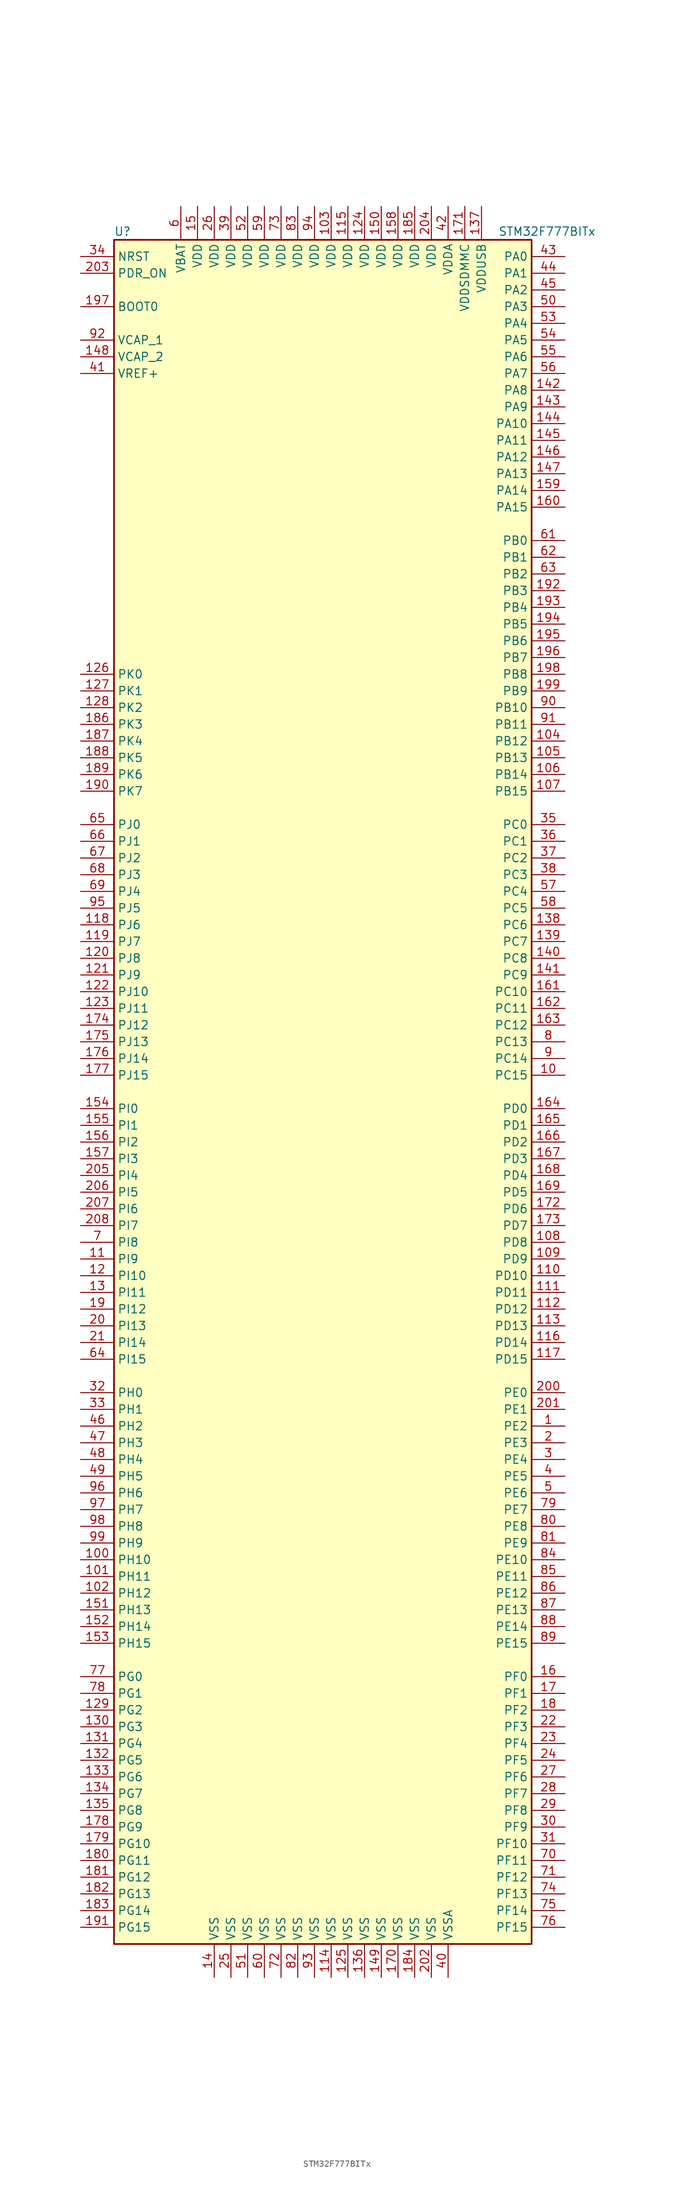
<source format=kicad_sym>
(kicad_symbol_lib
  (version 20220914)
  (generator kicad_symbol_editor)
  (symbol "STM32F777BITx"
    (property "Reference" "U"
      (at -33.02 130.81 0)
      (effects (font (size 1.27 1.27)) (justify left)))
    (property "Value" "STM32F777BITx"
      (at 25.4 130.81 0)
      (effects (font (size 1.27 1.27)) (justify left)))
    (symbol "STM32F777BITx_0_1"
      (rectangle (start -33.02 -129.54) (end 30.48 129.54) (stroke (width 0.254) (type default)) (fill (type background))))
    (symbol "STM32F777BITx_1_1"
      (pin bidirectional line (at 35.56 -50.8 180) (length 5.08) (name "PE2" (effects (font (size 1.27 1.27)))) (number "1" (effects (font (size 1.27 1.27)))))
      (pin bidirectional line (at 35.56 2.54 180) (length 5.08) (name "PC15" (effects (font (size 1.27 1.27)))) (number "10" (effects (font (size 1.27 1.27)))))
      (pin bidirectional line (at -38.1 -71.12 0) (length 5.08) (name "PH10" (effects (font (size 1.27 1.27)))) (number "100" (effects (font (size 1.27 1.27)))))
      (pin bidirectional line (at -38.1 -73.66 0) (length 5.08) (name "PH11" (effects (font (size 1.27 1.27)))) (number "101" (effects (font (size 1.27 1.27)))))
      (pin bidirectional line (at -38.1 -76.2 0) (length 5.08) (name "PH12" (effects (font (size 1.27 1.27)))) (number "102" (effects (font (size 1.27 1.27)))))
      (pin power_in line (at 0 134.62 270) (length 5.08) (name "VDD" (effects (font (size 1.27 1.27)))) (number "103" (effects (font (size 1.27 1.27)))))
      (pin bidirectional line (at 35.56 53.34 180) (length 5.08) (name "PB12" (effects (font (size 1.27 1.27)))) (number "104" (effects (font (size 1.27 1.27)))))
      (pin bidirectional line (at 35.56 50.8 180) (length 5.08) (name "PB13" (effects (font (size 1.27 1.27)))) (number "105" (effects (font (size 1.27 1.27)))))
      (pin bidirectional line (at 35.56 48.26 180) (length 5.08) (name "PB14" (effects (font (size 1.27 1.27)))) (number "106" (effects (font (size 1.27 1.27)))))
      (pin bidirectional line (at 35.56 45.72 180) (length 5.08) (name "PB15" (effects (font (size 1.27 1.27)))) (number "107" (effects (font (size 1.27 1.27)))))
      (pin bidirectional line (at 35.56 -22.86 180) (length 5.08) (name "PD8" (effects (font (size 1.27 1.27)))) (number "108" (effects (font (size 1.27 1.27)))))
      (pin bidirectional line (at 35.56 -25.4 180) (length 5.08) (name "PD9" (effects (font (size 1.27 1.27)))) (number "109" (effects (font (size 1.27 1.27)))))
      (pin bidirectional line (at -38.1 -25.4 0) (length 5.08) (name "PI9" (effects (font (size 1.27 1.27)))) (number "11" (effects (font (size 1.27 1.27)))))
      (pin bidirectional line (at 35.56 -27.94 180) (length 5.08) (name "PD10" (effects (font (size 1.27 1.27)))) (number "110" (effects (font (size 1.27 1.27)))))
      (pin bidirectional line (at 35.56 -30.48 180) (length 5.08) (name "PD11" (effects (font (size 1.27 1.27)))) (number "111" (effects (font (size 1.27 1.27)))))
      (pin bidirectional line (at 35.56 -33.02 180) (length 5.08) (name "PD12" (effects (font (size 1.27 1.27)))) (number "112" (effects (font (size 1.27 1.27)))))
      (pin bidirectional line (at 35.56 -35.56 180) (length 5.08) (name "PD13" (effects (font (size 1.27 1.27)))) (number "113" (effects (font (size 1.27 1.27)))))
      (pin power_in line (at 0 -134.62 90) (length 5.08) (name "VSS" (effects (font (size 1.27 1.27)))) (number "114" (effects (font (size 1.27 1.27)))))
      (pin power_in line (at 2.54 134.62 270) (length 5.08) (name "VDD" (effects (font (size 1.27 1.27)))) (number "115" (effects (font (size 1.27 1.27)))))
      (pin bidirectional line (at 35.56 -38.1 180) (length 5.08) (name "PD14" (effects (font (size 1.27 1.27)))) (number "116" (effects (font (size 1.27 1.27)))))
      (pin bidirectional line (at 35.56 -40.64 180) (length 5.08) (name "PD15" (effects (font (size 1.27 1.27)))) (number "117" (effects (font (size 1.27 1.27)))))
      (pin bidirectional line (at -38.1 25.4 0) (length 5.08) (name "PJ6" (effects (font (size 1.27 1.27)))) (number "118" (effects (font (size 1.27 1.27)))))
      (pin bidirectional line (at -38.1 22.86 0) (length 5.08) (name "PJ7" (effects (font (size 1.27 1.27)))) (number "119" (effects (font (size 1.27 1.27)))))
      (pin bidirectional line (at -38.1 -27.94 0) (length 5.08) (name "PI10" (effects (font (size 1.27 1.27)))) (number "12" (effects (font (size 1.27 1.27)))))
      (pin bidirectional line (at -38.1 20.32 0) (length 5.08) (name "PJ8" (effects (font (size 1.27 1.27)))) (number "120" (effects (font (size 1.27 1.27)))))
      (pin bidirectional line (at -38.1 17.78 0) (length 5.08) (name "PJ9" (effects (font (size 1.27 1.27)))) (number "121" (effects (font (size 1.27 1.27)))))
      (pin bidirectional line (at -38.1 15.24 0) (length 5.08) (name "PJ10" (effects (font (size 1.27 1.27)))) (number "122" (effects (font (size 1.27 1.27)))))
      (pin bidirectional line (at -38.1 12.7 0) (length 5.08) (name "PJ11" (effects (font (size 1.27 1.27)))) (number "123" (effects (font (size 1.27 1.27)))))
      (pin power_in line (at 5.08 134.62 270) (length 5.08) (name "VDD" (effects (font (size 1.27 1.27)))) (number "124" (effects (font (size 1.27 1.27)))))
      (pin power_in line (at 2.54 -134.62 90) (length 5.08) (name "VSS" (effects (font (size 1.27 1.27)))) (number "125" (effects (font (size 1.27 1.27)))))
      (pin bidirectional line (at -38.1 63.5 0) (length 5.08) (name "PK0" (effects (font (size 1.27 1.27)))) (number "126" (effects (font (size 1.27 1.27)))))
      (pin bidirectional line (at -38.1 60.96 0) (length 5.08) (name "PK1" (effects (font (size 1.27 1.27)))) (number "127" (effects (font (size 1.27 1.27)))))
      (pin bidirectional line (at -38.1 58.42 0) (length 5.08) (name "PK2" (effects (font (size 1.27 1.27)))) (number "128" (effects (font (size 1.27 1.27)))))
      (pin bidirectional line (at -38.1 -93.98 0) (length 5.08) (name "PG2" (effects (font (size 1.27 1.27)))) (number "129" (effects (font (size 1.27 1.27)))))
      (pin bidirectional line (at -38.1 -30.48 0) (length 5.08) (name "PI11" (effects (font (size 1.27 1.27)))) (number "13" (effects (font (size 1.27 1.27)))))
      (pin bidirectional line (at -38.1 -96.52 0) (length 5.08) (name "PG3" (effects (font (size 1.27 1.27)))) (number "130" (effects (font (size 1.27 1.27)))))
      (pin bidirectional line (at -38.1 -99.06 0) (length 5.08) (name "PG4" (effects (font (size 1.27 1.27)))) (number "131" (effects (font (size 1.27 1.27)))))
      (pin bidirectional line (at -38.1 -101.6 0) (length 5.08) (name "PG5" (effects (font (size 1.27 1.27)))) (number "132" (effects (font (size 1.27 1.27)))))
      (pin bidirectional line (at -38.1 -104.14 0) (length 5.08) (name "PG6" (effects (font (size 1.27 1.27)))) (number "133" (effects (font (size 1.27 1.27)))))
      (pin bidirectional line (at -38.1 -106.68 0) (length 5.08) (name "PG7" (effects (font (size 1.27 1.27)))) (number "134" (effects (font (size 1.27 1.27)))))
      (pin bidirectional line (at -38.1 -109.22 0) (length 5.08) (name "PG8" (effects (font (size 1.27 1.27)))) (number "135" (effects (font (size 1.27 1.27)))))
      (pin power_in line (at 5.08 -134.62 90) (length 5.08) (name "VSS" (effects (font (size 1.27 1.27)))) (number "136" (effects (font (size 1.27 1.27)))))
      (pin power_in line (at 22.86 134.62 270) (length 5.08) (name "VDDUSB" (effects (font (size 1.27 1.27)))) (number "137" (effects (font (size 1.27 1.27)))))
      (pin bidirectional line (at 35.56 25.4 180) (length 5.08) (name "PC6" (effects (font (size 1.27 1.27)))) (number "138" (effects (font (size 1.27 1.27)))))
      (pin bidirectional line (at 35.56 22.86 180) (length 5.08) (name "PC7" (effects (font (size 1.27 1.27)))) (number "139" (effects (font (size 1.27 1.27)))))
      (pin power_in line (at -17.78 -134.62 90) (length 5.08) (name "VSS" (effects (font (size 1.27 1.27)))) (number "14" (effects (font (size 1.27 1.27)))))
      (pin bidirectional line (at 35.56 20.32 180) (length 5.08) (name "PC8" (effects (font (size 1.27 1.27)))) (number "140" (effects (font (size 1.27 1.27)))))
      (pin bidirectional line (at 35.56 17.78 180) (length 5.08) (name "PC9" (effects (font (size 1.27 1.27)))) (number "141" (effects (font (size 1.27 1.27)))))
      (pin bidirectional line (at 35.56 106.68 180) (length 5.08) (name "PA8" (effects (font (size 1.27 1.27)))) (number "142" (effects (font (size 1.27 1.27)))))
      (pin bidirectional line (at 35.56 104.14 180) (length 5.08) (name "PA9" (effects (font (size 1.27 1.27)))) (number "143" (effects (font (size 1.27 1.27)))))
      (pin bidirectional line (at 35.56 101.6 180) (length 5.08) (name "PA10" (effects (font (size 1.27 1.27)))) (number "144" (effects (font (size 1.27 1.27)))))
      (pin bidirectional line (at 35.56 99.06 180) (length 5.08) (name "PA11" (effects (font (size 1.27 1.27)))) (number "145" (effects (font (size 1.27 1.27)))))
      (pin bidirectional line (at 35.56 96.52 180) (length 5.08) (name "PA12" (effects (font (size 1.27 1.27)))) (number "146" (effects (font (size 1.27 1.27)))))
      (pin bidirectional line (at 35.56 93.98 180) (length 5.08) (name "PA13" (effects (font (size 1.27 1.27)))) (number "147" (effects (font (size 1.27 1.27)))))
      (pin power_in line (at -38.1 111.76 0) (length 5.08) (name "VCAP_2" (effects (font (size 1.27 1.27)))) (number "148" (effects (font (size 1.27 1.27)))))
      (pin power_in line (at 7.62 -134.62 90) (length 5.08) (name "VSS" (effects (font (size 1.27 1.27)))) (number "149" (effects (font (size 1.27 1.27)))))
      (pin power_in line (at -20.32 134.62 270) (length 5.08) (name "VDD" (effects (font (size 1.27 1.27)))) (number "15" (effects (font (size 1.27 1.27)))))
      (pin power_in line (at 7.62 134.62 270) (length 5.08) (name "VDD" (effects (font (size 1.27 1.27)))) (number "150" (effects (font (size 1.27 1.27)))))
      (pin bidirectional line (at -38.1 -78.74 0) (length 5.08) (name "PH13" (effects (font (size 1.27 1.27)))) (number "151" (effects (font (size 1.27 1.27)))))
      (pin bidirectional line (at -38.1 -81.28 0) (length 5.08) (name "PH14" (effects (font (size 1.27 1.27)))) (number "152" (effects (font (size 1.27 1.27)))))
      (pin bidirectional line (at -38.1 -83.82 0) (length 5.08) (name "PH15" (effects (font (size 1.27 1.27)))) (number "153" (effects (font (size 1.27 1.27)))))
      (pin bidirectional line (at -38.1 -2.54 0) (length 5.08) (name "PI0" (effects (font (size 1.27 1.27)))) (number "154" (effects (font (size 1.27 1.27)))))
      (pin bidirectional line (at -38.1 -5.08 0) (length 5.08) (name "PI1" (effects (font (size 1.27 1.27)))) (number "155" (effects (font (size 1.27 1.27)))))
      (pin bidirectional line (at -38.1 -7.62 0) (length 5.08) (name "PI2" (effects (font (size 1.27 1.27)))) (number "156" (effects (font (size 1.27 1.27)))))
      (pin bidirectional line (at -38.1 -10.16 0) (length 5.08) (name "PI3" (effects (font (size 1.27 1.27)))) (number "157" (effects (font (size 1.27 1.27)))))
      (pin power_in line (at 10.16 134.62 270) (length 5.08) (name "VDD" (effects (font (size 1.27 1.27)))) (number "158" (effects (font (size 1.27 1.27)))))
      (pin bidirectional line (at 35.56 91.44 180) (length 5.08) (name "PA14" (effects (font (size 1.27 1.27)))) (number "159" (effects (font (size 1.27 1.27)))))
      (pin bidirectional line (at 35.56 -88.9 180) (length 5.08) (name "PF0" (effects (font (size 1.27 1.27)))) (number "16" (effects (font (size 1.27 1.27)))))
      (pin bidirectional line (at 35.56 88.9 180) (length 5.08) (name "PA15" (effects (font (size 1.27 1.27)))) (number "160" (effects (font (size 1.27 1.27)))))
      (pin bidirectional line (at 35.56 15.24 180) (length 5.08) (name "PC10" (effects (font (size 1.27 1.27)))) (number "161" (effects (font (size 1.27 1.27)))))
      (pin bidirectional line (at 35.56 12.7 180) (length 5.08) (name "PC11" (effects (font (size 1.27 1.27)))) (number "162" (effects (font (size 1.27 1.27)))))
      (pin bidirectional line (at 35.56 10.16 180) (length 5.08) (name "PC12" (effects (font (size 1.27 1.27)))) (number "163" (effects (font (size 1.27 1.27)))))
      (pin bidirectional line (at 35.56 -2.54 180) (length 5.08) (name "PD0" (effects (font (size 1.27 1.27)))) (number "164" (effects (font (size 1.27 1.27)))))
      (pin bidirectional line (at 35.56 -5.08 180) (length 5.08) (name "PD1" (effects (font (size 1.27 1.27)))) (number "165" (effects (font (size 1.27 1.27)))))
      (pin bidirectional line (at 35.56 -7.62 180) (length 5.08) (name "PD2" (effects (font (size 1.27 1.27)))) (number "166" (effects (font (size 1.27 1.27)))))
      (pin bidirectional line (at 35.56 -10.16 180) (length 5.08) (name "PD3" (effects (font (size 1.27 1.27)))) (number "167" (effects (font (size 1.27 1.27)))))
      (pin bidirectional line (at 35.56 -12.7 180) (length 5.08) (name "PD4" (effects (font (size 1.27 1.27)))) (number "168" (effects (font (size 1.27 1.27)))))
      (pin bidirectional line (at 35.56 -15.24 180) (length 5.08) (name "PD5" (effects (font (size 1.27 1.27)))) (number "169" (effects (font (size 1.27 1.27)))))
      (pin bidirectional line (at 35.56 -91.44 180) (length 5.08) (name "PF1" (effects (font (size 1.27 1.27)))) (number "17" (effects (font (size 1.27 1.27)))))
      (pin power_in line (at 10.16 -134.62 90) (length 5.08) (name "VSS" (effects (font (size 1.27 1.27)))) (number "170" (effects (font (size 1.27 1.27)))))
      (pin power_in line (at 20.32 134.62 270) (length 5.08) (name "VDDSDMMC" (effects (font (size 1.27 1.27)))) (number "171" (effects (font (size 1.27 1.27)))))
      (pin bidirectional line (at 35.56 -17.78 180) (length 5.08) (name "PD6" (effects (font (size 1.27 1.27)))) (number "172" (effects (font (size 1.27 1.27)))))
      (pin bidirectional line (at 35.56 -20.32 180) (length 5.08) (name "PD7" (effects (font (size 1.27 1.27)))) (number "173" (effects (font (size 1.27 1.27)))))
      (pin bidirectional line (at -38.1 10.16 0) (length 5.08) (name "PJ12" (effects (font (size 1.27 1.27)))) (number "174" (effects (font (size 1.27 1.27)))))
      (pin bidirectional line (at -38.1 7.62 0) (length 5.08) (name "PJ13" (effects (font (size 1.27 1.27)))) (number "175" (effects (font (size 1.27 1.27)))))
      (pin bidirectional line (at -38.1 5.08 0) (length 5.08) (name "PJ14" (effects (font (size 1.27 1.27)))) (number "176" (effects (font (size 1.27 1.27)))))
      (pin bidirectional line (at -38.1 2.54 0) (length 5.08) (name "PJ15" (effects (font (size 1.27 1.27)))) (number "177" (effects (font (size 1.27 1.27)))))
      (pin bidirectional line (at -38.1 -111.76 0) (length 5.08) (name "PG9" (effects (font (size 1.27 1.27)))) (number "178" (effects (font (size 1.27 1.27)))))
      (pin bidirectional line (at -38.1 -114.3 0) (length 5.08) (name "PG10" (effects (font (size 1.27 1.27)))) (number "179" (effects (font (size 1.27 1.27)))))
      (pin bidirectional line (at 35.56 -93.98 180) (length 5.08) (name "PF2" (effects (font (size 1.27 1.27)))) (number "18" (effects (font (size 1.27 1.27)))))
      (pin bidirectional line (at -38.1 -116.84 0) (length 5.08) (name "PG11" (effects (font (size 1.27 1.27)))) (number "180" (effects (font (size 1.27 1.27)))))
      (pin bidirectional line (at -38.1 -119.38 0) (length 5.08) (name "PG12" (effects (font (size 1.27 1.27)))) (number "181" (effects (font (size 1.27 1.27)))))
      (pin bidirectional line (at -38.1 -121.92 0) (length 5.08) (name "PG13" (effects (font (size 1.27 1.27)))) (number "182" (effects (font (size 1.27 1.27)))))
      (pin bidirectional line (at -38.1 -124.46 0) (length 5.08) (name "PG14" (effects (font (size 1.27 1.27)))) (number "183" (effects (font (size 1.27 1.27)))))
      (pin power_in line (at 12.7 -134.62 90) (length 5.08) (name "VSS" (effects (font (size 1.27 1.27)))) (number "184" (effects (font (size 1.27 1.27)))))
      (pin power_in line (at 12.7 134.62 270) (length 5.08) (name "VDD" (effects (font (size 1.27 1.27)))) (number "185" (effects (font (size 1.27 1.27)))))
      (pin bidirectional line (at -38.1 55.88 0) (length 5.08) (name "PK3" (effects (font (size 1.27 1.27)))) (number "186" (effects (font (size 1.27 1.27)))))
      (pin bidirectional line (at -38.1 53.34 0) (length 5.08) (name "PK4" (effects (font (size 1.27 1.27)))) (number "187" (effects (font (size 1.27 1.27)))))
      (pin bidirectional line (at -38.1 50.8 0) (length 5.08) (name "PK5" (effects (font (size 1.27 1.27)))) (number "188" (effects (font (size 1.27 1.27)))))
      (pin bidirectional line (at -38.1 48.26 0) (length 5.08) (name "PK6" (effects (font (size 1.27 1.27)))) (number "189" (effects (font (size 1.27 1.27)))))
      (pin bidirectional line (at -38.1 -33.02 0) (length 5.08) (name "PI12" (effects (font (size 1.27 1.27)))) (number "19" (effects (font (size 1.27 1.27)))))
      (pin bidirectional line (at -38.1 45.72 0) (length 5.08) (name "PK7" (effects (font (size 1.27 1.27)))) (number "190" (effects (font (size 1.27 1.27)))))
      (pin bidirectional line (at -38.1 -127 0) (length 5.08) (name "PG15" (effects (font (size 1.27 1.27)))) (number "191" (effects (font (size 1.27 1.27)))))
      (pin bidirectional line (at 35.56 76.2 180) (length 5.08) (name "PB3" (effects (font (size 1.27 1.27)))) (number "192" (effects (font (size 1.27 1.27)))))
      (pin bidirectional line (at 35.56 73.66 180) (length 5.08) (name "PB4" (effects (font (size 1.27 1.27)))) (number "193" (effects (font (size 1.27 1.27)))))
      (pin bidirectional line (at 35.56 71.12 180) (length 5.08) (name "PB5" (effects (font (size 1.27 1.27)))) (number "194" (effects (font (size 1.27 1.27)))))
      (pin bidirectional line (at 35.56 68.58 180) (length 5.08) (name "PB6" (effects (font (size 1.27 1.27)))) (number "195" (effects (font (size 1.27 1.27)))))
      (pin bidirectional line (at 35.56 66.04 180) (length 5.08) (name "PB7" (effects (font (size 1.27 1.27)))) (number "196" (effects (font (size 1.27 1.27)))))
      (pin input line (at -38.1 119.38 0) (length 5.08) (name "BOOT0" (effects (font (size 1.27 1.27)))) (number "197" (effects (font (size 1.27 1.27)))))
      (pin bidirectional line (at 35.56 63.5 180) (length 5.08) (name "PB8" (effects (font (size 1.27 1.27)))) (number "198" (effects (font (size 1.27 1.27)))))
      (pin bidirectional line (at 35.56 60.96 180) (length 5.08) (name "PB9" (effects (font (size 1.27 1.27)))) (number "199" (effects (font (size 1.27 1.27)))))
      (pin bidirectional line (at 35.56 -53.34 180) (length 5.08) (name "PE3" (effects (font (size 1.27 1.27)))) (number "2" (effects (font (size 1.27 1.27)))))
      (pin bidirectional line (at -38.1 -35.56 0) (length 5.08) (name "PI13" (effects (font (size 1.27 1.27)))) (number "20" (effects (font (size 1.27 1.27)))))
      (pin bidirectional line (at 35.56 -45.72 180) (length 5.08) (name "PE0" (effects (font (size 1.27 1.27)))) (number "200" (effects (font (size 1.27 1.27)))))
      (pin bidirectional line (at 35.56 -48.26 180) (length 5.08) (name "PE1" (effects (font (size 1.27 1.27)))) (number "201" (effects (font (size 1.27 1.27)))))
      (pin power_in line (at 15.24 -134.62 90) (length 5.08) (name "VSS" (effects (font (size 1.27 1.27)))) (number "202" (effects (font (size 1.27 1.27)))))
      (pin input line (at -38.1 124.46 0) (length 5.08) (name "PDR_ON" (effects (font (size 1.27 1.27)))) (number "203" (effects (font (size 1.27 1.27)))))
      (pin power_in line (at 15.24 134.62 270) (length 5.08) (name "VDD" (effects (font (size 1.27 1.27)))) (number "204" (effects (font (size 1.27 1.27)))))
      (pin bidirectional line (at -38.1 -12.7 0) (length 5.08) (name "PI4" (effects (font (size 1.27 1.27)))) (number "205" (effects (font (size 1.27 1.27)))))
      (pin bidirectional line (at -38.1 -15.24 0) (length 5.08) (name "PI5" (effects (font (size 1.27 1.27)))) (number "206" (effects (font (size 1.27 1.27)))))
      (pin bidirectional line (at -38.1 -17.78 0) (length 5.08) (name "PI6" (effects (font (size 1.27 1.27)))) (number "207" (effects (font (size 1.27 1.27)))))
      (pin bidirectional line (at -38.1 -20.32 0) (length 5.08) (name "PI7" (effects (font (size 1.27 1.27)))) (number "208" (effects (font (size 1.27 1.27)))))
      (pin bidirectional line (at -38.1 -38.1 0) (length 5.08) (name "PI14" (effects (font (size 1.27 1.27)))) (number "21" (effects (font (size 1.27 1.27)))))
      (pin bidirectional line (at 35.56 -96.52 180) (length 5.08) (name "PF3" (effects (font (size 1.27 1.27)))) (number "22" (effects (font (size 1.27 1.27)))))
      (pin bidirectional line (at 35.56 -99.06 180) (length 5.08) (name "PF4" (effects (font (size 1.27 1.27)))) (number "23" (effects (font (size 1.27 1.27)))))
      (pin bidirectional line (at 35.56 -101.6 180) (length 5.08) (name "PF5" (effects (font (size 1.27 1.27)))) (number "24" (effects (font (size 1.27 1.27)))))
      (pin power_in line (at -15.24 -134.62 90) (length 5.08) (name "VSS" (effects (font (size 1.27 1.27)))) (number "25" (effects (font (size 1.27 1.27)))))
      (pin power_in line (at -17.78 134.62 270) (length 5.08) (name "VDD" (effects (font (size 1.27 1.27)))) (number "26" (effects (font (size 1.27 1.27)))))
      (pin bidirectional line (at 35.56 -104.14 180) (length 5.08) (name "PF6" (effects (font (size 1.27 1.27)))) (number "27" (effects (font (size 1.27 1.27)))))
      (pin bidirectional line (at 35.56 -106.68 180) (length 5.08) (name "PF7" (effects (font (size 1.27 1.27)))) (number "28" (effects (font (size 1.27 1.27)))))
      (pin bidirectional line (at 35.56 -109.22 180) (length 5.08) (name "PF8" (effects (font (size 1.27 1.27)))) (number "29" (effects (font (size 1.27 1.27)))))
      (pin bidirectional line (at 35.56 -55.88 180) (length 5.08) (name "PE4" (effects (font (size 1.27 1.27)))) (number "3" (effects (font (size 1.27 1.27)))))
      (pin bidirectional line (at 35.56 -111.76 180) (length 5.08) (name "PF9" (effects (font (size 1.27 1.27)))) (number "30" (effects (font (size 1.27 1.27)))))
      (pin bidirectional line (at 35.56 -114.3 180) (length 5.08) (name "PF10" (effects (font (size 1.27 1.27)))) (number "31" (effects (font (size 1.27 1.27)))))
      (pin input line (at -38.1 -45.72 0) (length 5.08) (name "PH0" (effects (font (size 1.27 1.27)))) (number "32" (effects (font (size 1.27 1.27)))))
      (pin input line (at -38.1 -48.26 0) (length 5.08) (name "PH1" (effects (font (size 1.27 1.27)))) (number "33" (effects (font (size 1.27 1.27)))))
      (pin input line (at -38.1 127 0) (length 5.08) (name "NRST" (effects (font (size 1.27 1.27)))) (number "34" (effects (font (size 1.27 1.27)))))
      (pin bidirectional line (at 35.56 40.64 180) (length 5.08) (name "PC0" (effects (font (size 1.27 1.27)))) (number "35" (effects (font (size 1.27 1.27)))))
      (pin bidirectional line (at 35.56 38.1 180) (length 5.08) (name "PC1" (effects (font (size 1.27 1.27)))) (number "36" (effects (font (size 1.27 1.27)))))
      (pin bidirectional line (at 35.56 35.56 180) (length 5.08) (name "PC2" (effects (font (size 1.27 1.27)))) (number "37" (effects (font (size 1.27 1.27)))))
      (pin bidirectional line (at 35.56 33.02 180) (length 5.08) (name "PC3" (effects (font (size 1.27 1.27)))) (number "38" (effects (font (size 1.27 1.27)))))
      (pin power_in line (at -15.24 134.62 270) (length 5.08) (name "VDD" (effects (font (size 1.27 1.27)))) (number "39" (effects (font (size 1.27 1.27)))))
      (pin bidirectional line (at 35.56 -58.42 180) (length 5.08) (name "PE5" (effects (font (size 1.27 1.27)))) (number "4" (effects (font (size 1.27 1.27)))))
      (pin power_in line (at 17.78 -134.62 90) (length 5.08) (name "VSSA" (effects (font (size 1.27 1.27)))) (number "40" (effects (font (size 1.27 1.27)))))
      (pin power_in line (at -38.1 109.22 0) (length 5.08) (name "VREF+" (effects (font (size 1.27 1.27)))) (number "41" (effects (font (size 1.27 1.27)))))
      (pin power_in line (at 17.78 134.62 270) (length 5.08) (name "VDDA" (effects (font (size 1.27 1.27)))) (number "42" (effects (font (size 1.27 1.27)))))
      (pin bidirectional line (at 35.56 127 180) (length 5.08) (name "PA0" (effects (font (size 1.27 1.27)))) (number "43" (effects (font (size 1.27 1.27)))))
      (pin bidirectional line (at 35.56 124.46 180) (length 5.08) (name "PA1" (effects (font (size 1.27 1.27)))) (number "44" (effects (font (size 1.27 1.27)))))
      (pin bidirectional line (at 35.56 121.92 180) (length 5.08) (name "PA2" (effects (font (size 1.27 1.27)))) (number "45" (effects (font (size 1.27 1.27)))))
      (pin bidirectional line (at -38.1 -50.8 0) (length 5.08) (name "PH2" (effects (font (size 1.27 1.27)))) (number "46" (effects (font (size 1.27 1.27)))))
      (pin bidirectional line (at -38.1 -53.34 0) (length 5.08) (name "PH3" (effects (font (size 1.27 1.27)))) (number "47" (effects (font (size 1.27 1.27)))))
      (pin bidirectional line (at -38.1 -55.88 0) (length 5.08) (name "PH4" (effects (font (size 1.27 1.27)))) (number "48" (effects (font (size 1.27 1.27)))))
      (pin bidirectional line (at -38.1 -58.42 0) (length 5.08) (name "PH5" (effects (font (size 1.27 1.27)))) (number "49" (effects (font (size 1.27 1.27)))))
      (pin bidirectional line (at 35.56 -60.96 180) (length 5.08) (name "PE6" (effects (font (size 1.27 1.27)))) (number "5" (effects (font (size 1.27 1.27)))))
      (pin bidirectional line (at 35.56 119.38 180) (length 5.08) (name "PA3" (effects (font (size 1.27 1.27)))) (number "50" (effects (font (size 1.27 1.27)))))
      (pin power_in line (at -12.7 -134.62 90) (length 5.08) (name "VSS" (effects (font (size 1.27 1.27)))) (number "51" (effects (font (size 1.27 1.27)))))
      (pin power_in line (at -12.7 134.62 270) (length 5.08) (name "VDD" (effects (font (size 1.27 1.27)))) (number "52" (effects (font (size 1.27 1.27)))))
      (pin bidirectional line (at 35.56 116.84 180) (length 5.08) (name "PA4" (effects (font (size 1.27 1.27)))) (number "53" (effects (font (size 1.27 1.27)))))
      (pin bidirectional line (at 35.56 114.3 180) (length 5.08) (name "PA5" (effects (font (size 1.27 1.27)))) (number "54" (effects (font (size 1.27 1.27)))))
      (pin bidirectional line (at 35.56 111.76 180) (length 5.08) (name "PA6" (effects (font (size 1.27 1.27)))) (number "55" (effects (font (size 1.27 1.27)))))
      (pin bidirectional line (at 35.56 109.22 180) (length 5.08) (name "PA7" (effects (font (size 1.27 1.27)))) (number "56" (effects (font (size 1.27 1.27)))))
      (pin bidirectional line (at 35.56 30.48 180) (length 5.08) (name "PC4" (effects (font (size 1.27 1.27)))) (number "57" (effects (font (size 1.27 1.27)))))
      (pin bidirectional line (at 35.56 27.94 180) (length 5.08) (name "PC5" (effects (font (size 1.27 1.27)))) (number "58" (effects (font (size 1.27 1.27)))))
      (pin power_in line (at -10.16 134.62 270) (length 5.08) (name "VDD" (effects (font (size 1.27 1.27)))) (number "59" (effects (font (size 1.27 1.27)))))
      (pin power_in line (at -22.86 134.62 270) (length 5.08) (name "VBAT" (effects (font (size 1.27 1.27)))) (number "6" (effects (font (size 1.27 1.27)))))
      (pin power_in line (at -10.16 -134.62 90) (length 5.08) (name "VSS" (effects (font (size 1.27 1.27)))) (number "60" (effects (font (size 1.27 1.27)))))
      (pin bidirectional line (at 35.56 83.82 180) (length 5.08) (name "PB0" (effects (font (size 1.27 1.27)))) (number "61" (effects (font (size 1.27 1.27)))))
      (pin bidirectional line (at 35.56 81.28 180) (length 5.08) (name "PB1" (effects (font (size 1.27 1.27)))) (number "62" (effects (font (size 1.27 1.27)))))
      (pin bidirectional line (at 35.56 78.74 180) (length 5.08) (name "PB2" (effects (font (size 1.27 1.27)))) (number "63" (effects (font (size 1.27 1.27)))))
      (pin bidirectional line (at -38.1 -40.64 0) (length 5.08) (name "PI15" (effects (font (size 1.27 1.27)))) (number "64" (effects (font (size 1.27 1.27)))))
      (pin bidirectional line (at -38.1 40.64 0) (length 5.08) (name "PJ0" (effects (font (size 1.27 1.27)))) (number "65" (effects (font (size 1.27 1.27)))))
      (pin bidirectional line (at -38.1 38.1 0) (length 5.08) (name "PJ1" (effects (font (size 1.27 1.27)))) (number "66" (effects (font (size 1.27 1.27)))))
      (pin bidirectional line (at -38.1 35.56 0) (length 5.08) (name "PJ2" (effects (font (size 1.27 1.27)))) (number "67" (effects (font (size 1.27 1.27)))))
      (pin bidirectional line (at -38.1 33.02 0) (length 5.08) (name "PJ3" (effects (font (size 1.27 1.27)))) (number "68" (effects (font (size 1.27 1.27)))))
      (pin bidirectional line (at -38.1 30.48 0) (length 5.08) (name "PJ4" (effects (font (size 1.27 1.27)))) (number "69" (effects (font (size 1.27 1.27)))))
      (pin bidirectional line (at -38.1 -22.86 0) (length 5.08) (name "PI8" (effects (font (size 1.27 1.27)))) (number "7" (effects (font (size 1.27 1.27)))))
      (pin bidirectional line (at 35.56 -116.84 180) (length 5.08) (name "PF11" (effects (font (size 1.27 1.27)))) (number "70" (effects (font (size 1.27 1.27)))))
      (pin bidirectional line (at 35.56 -119.38 180) (length 5.08) (name "PF12" (effects (font (size 1.27 1.27)))) (number "71" (effects (font (size 1.27 1.27)))))
      (pin power_in line (at -7.62 -134.62 90) (length 5.08) (name "VSS" (effects (font (size 1.27 1.27)))) (number "72" (effects (font (size 1.27 1.27)))))
      (pin power_in line (at -7.62 134.62 270) (length 5.08) (name "VDD" (effects (font (size 1.27 1.27)))) (number "73" (effects (font (size 1.27 1.27)))))
      (pin bidirectional line (at 35.56 -121.92 180) (length 5.08) (name "PF13" (effects (font (size 1.27 1.27)))) (number "74" (effects (font (size 1.27 1.27)))))
      (pin bidirectional line (at 35.56 -124.46 180) (length 5.08) (name "PF14" (effects (font (size 1.27 1.27)))) (number "75" (effects (font (size 1.27 1.27)))))
      (pin bidirectional line (at 35.56 -127 180) (length 5.08) (name "PF15" (effects (font (size 1.27 1.27)))) (number "76" (effects (font (size 1.27 1.27)))))
      (pin bidirectional line (at -38.1 -88.9 0) (length 5.08) (name "PG0" (effects (font (size 1.27 1.27)))) (number "77" (effects (font (size 1.27 1.27)))))
      (pin bidirectional line (at -38.1 -91.44 0) (length 5.08) (name "PG1" (effects (font (size 1.27 1.27)))) (number "78" (effects (font (size 1.27 1.27)))))
      (pin bidirectional line (at 35.56 -63.5 180) (length 5.08) (name "PE7" (effects (font (size 1.27 1.27)))) (number "79" (effects (font (size 1.27 1.27)))))
      (pin bidirectional line (at 35.56 7.62 180) (length 5.08) (name "PC13" (effects (font (size 1.27 1.27)))) (number "8" (effects (font (size 1.27 1.27)))))
      (pin bidirectional line (at 35.56 -66.04 180) (length 5.08) (name "PE8" (effects (font (size 1.27 1.27)))) (number "80" (effects (font (size 1.27 1.27)))))
      (pin bidirectional line (at 35.56 -68.58 180) (length 5.08) (name "PE9" (effects (font (size 1.27 1.27)))) (number "81" (effects (font (size 1.27 1.27)))))
      (pin power_in line (at -5.08 -134.62 90) (length 5.08) (name "VSS" (effects (font (size 1.27 1.27)))) (number "82" (effects (font (size 1.27 1.27)))))
      (pin power_in line (at -5.08 134.62 270) (length 5.08) (name "VDD" (effects (font (size 1.27 1.27)))) (number "83" (effects (font (size 1.27 1.27)))))
      (pin bidirectional line (at 35.56 -71.12 180) (length 5.08) (name "PE10" (effects (font (size 1.27 1.27)))) (number "84" (effects (font (size 1.27 1.27)))))
      (pin bidirectional line (at 35.56 -73.66 180) (length 5.08) (name "PE11" (effects (font (size 1.27 1.27)))) (number "85" (effects (font (size 1.27 1.27)))))
      (pin bidirectional line (at 35.56 -76.2 180) (length 5.08) (name "PE12" (effects (font (size 1.27 1.27)))) (number "86" (effects (font (size 1.27 1.27)))))
      (pin bidirectional line (at 35.56 -78.74 180) (length 5.08) (name "PE13" (effects (font (size 1.27 1.27)))) (number "87" (effects (font (size 1.27 1.27)))))
      (pin bidirectional line (at 35.56 -81.28 180) (length 5.08) (name "PE14" (effects (font (size 1.27 1.27)))) (number "88" (effects (font (size 1.27 1.27)))))
      (pin bidirectional line (at 35.56 -83.82 180) (length 5.08) (name "PE15" (effects (font (size 1.27 1.27)))) (number "89" (effects (font (size 1.27 1.27)))))
      (pin bidirectional line (at 35.56 5.08 180) (length 5.08) (name "PC14" (effects (font (size 1.27 1.27)))) (number "9" (effects (font (size 1.27 1.27)))))
      (pin bidirectional line (at 35.56 58.42 180) (length 5.08) (name "PB10" (effects (font (size 1.27 1.27)))) (number "90" (effects (font (size 1.27 1.27)))))
      (pin bidirectional line (at 35.56 55.88 180) (length 5.08) (name "PB11" (effects (font (size 1.27 1.27)))) (number "91" (effects (font (size 1.27 1.27)))))
      (pin power_in line (at -38.1 114.3 0) (length 5.08) (name "VCAP_1" (effects (font (size 1.27 1.27)))) (number "92" (effects (font (size 1.27 1.27)))))
      (pin power_in line (at -2.54 -134.62 90) (length 5.08) (name "VSS" (effects (font (size 1.27 1.27)))) (number "93" (effects (font (size 1.27 1.27)))))
      (pin power_in line (at -2.54 134.62 270) (length 5.08) (name "VDD" (effects (font (size 1.27 1.27)))) (number "94" (effects (font (size 1.27 1.27)))))
      (pin bidirectional line (at -38.1 27.94 0) (length 5.08) (name "PJ5" (effects (font (size 1.27 1.27)))) (number "95" (effects (font (size 1.27 1.27)))))
      (pin bidirectional line (at -38.1 -60.96 0) (length 5.08) (name "PH6" (effects (font (size 1.27 1.27)))) (number "96" (effects (font (size 1.27 1.27)))))
      (pin bidirectional line (at -38.1 -63.5 0) (length 5.08) (name "PH7" (effects (font (size 1.27 1.27)))) (number "97" (effects (font (size 1.27 1.27)))))
      (pin bidirectional line (at -38.1 -66.04 0) (length 5.08) (name "PH8" (effects (font (size 1.27 1.27)))) (number "98" (effects (font (size 1.27 1.27)))))
      (pin bidirectional line (at -38.1 -68.58 0) (length 5.08) (name "PH9" (effects (font (size 1.27 1.27)))) (number "99" (effects (font (size 1.27 1.27))))))))
</source>
